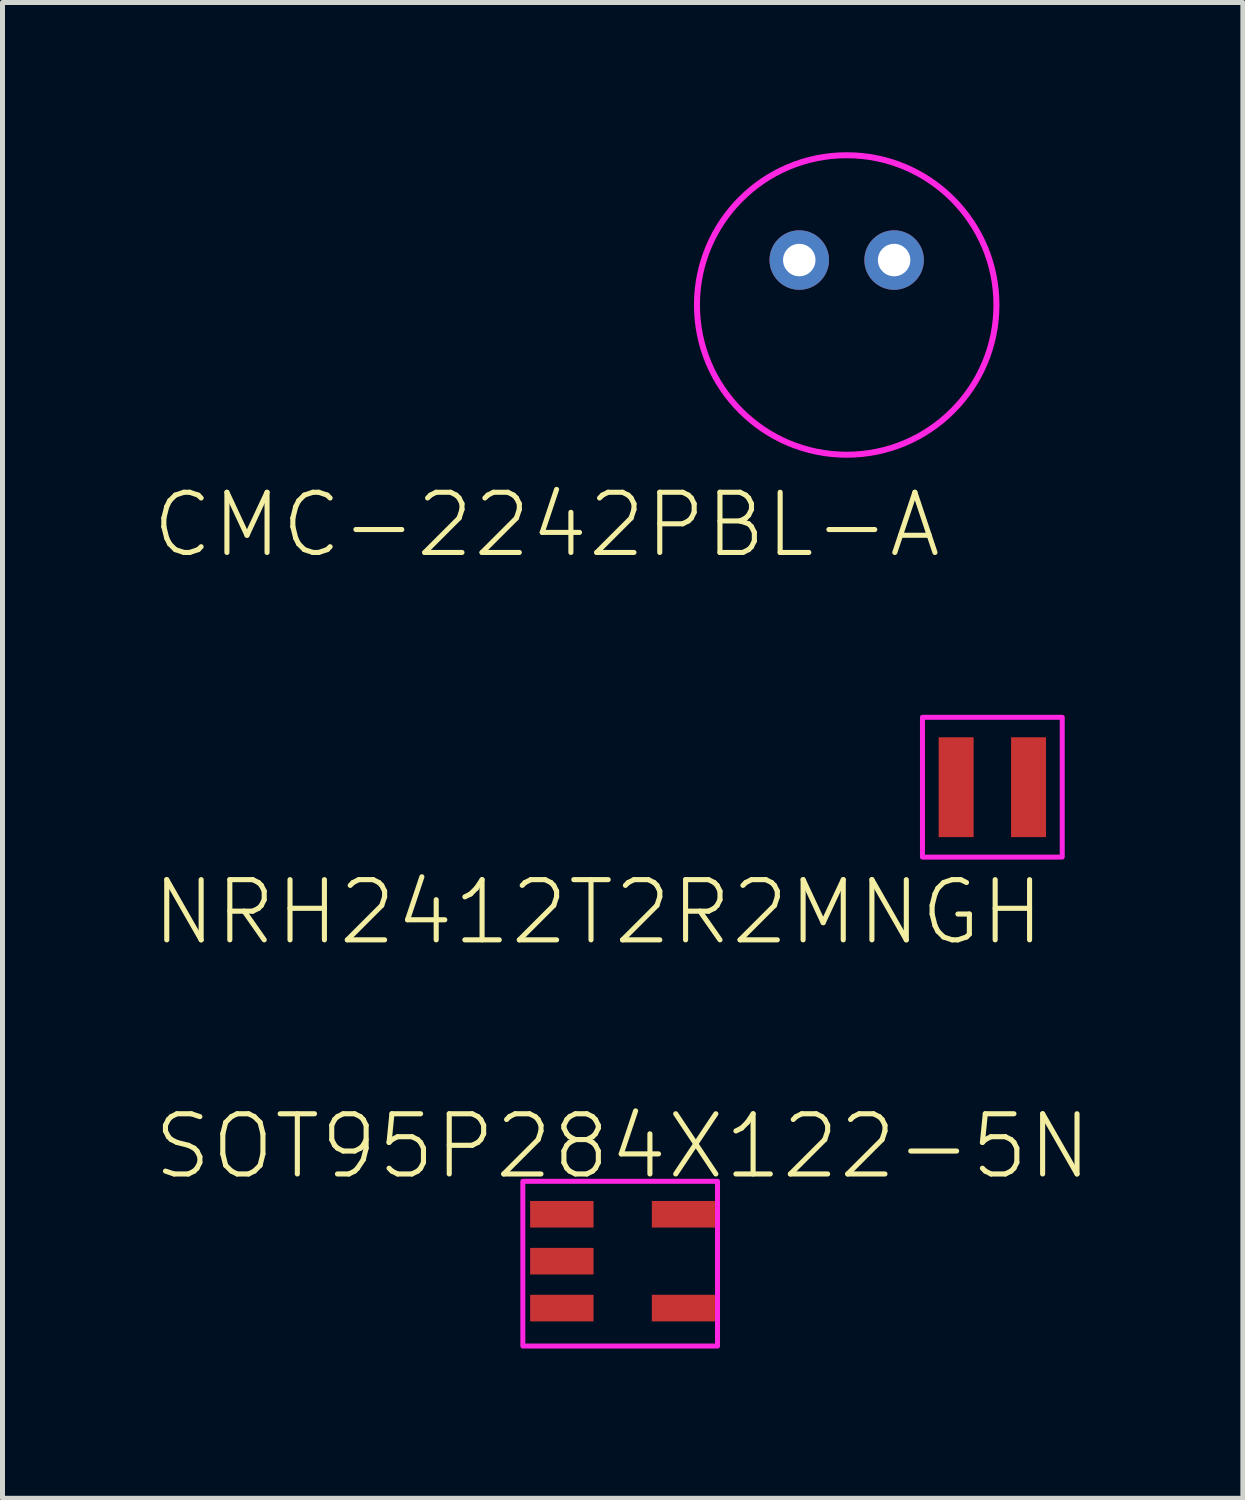
<source format=kicad_pcb>
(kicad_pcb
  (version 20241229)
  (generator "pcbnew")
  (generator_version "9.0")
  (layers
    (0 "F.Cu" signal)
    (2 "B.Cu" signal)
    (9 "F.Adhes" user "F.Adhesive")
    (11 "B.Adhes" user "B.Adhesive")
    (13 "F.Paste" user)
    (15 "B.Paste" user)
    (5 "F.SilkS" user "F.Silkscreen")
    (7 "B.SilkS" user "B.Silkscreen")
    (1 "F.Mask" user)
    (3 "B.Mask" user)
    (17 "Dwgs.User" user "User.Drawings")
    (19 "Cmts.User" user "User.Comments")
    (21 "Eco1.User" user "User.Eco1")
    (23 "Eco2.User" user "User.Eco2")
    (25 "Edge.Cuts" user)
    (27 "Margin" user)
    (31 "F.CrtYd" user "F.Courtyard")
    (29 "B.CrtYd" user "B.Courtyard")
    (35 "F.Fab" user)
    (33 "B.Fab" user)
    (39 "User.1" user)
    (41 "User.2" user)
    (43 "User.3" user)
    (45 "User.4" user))
  (footprint "NRH2412T2R2MNGH"
    (layer "F.Cu")
    (at 16.831 12.721)
    (property "Reference" "NRH2412T2R2MNGH" (at 1.1 1.8 0) (layer "F.SilkS") (effects (font (size 1.206 1.206) (thickness 0.102)) (justify right top)))
    (attr through_hole)
    (fp_poly (pts (xy -1.4 -1.4) (xy 1.4 -1.4) (xy 1.4 1.4) (xy -1.4 1.4)) (stroke (width 0.1) (type solid)) (fill no) (layer "F.CrtYd"))
    (pad "1" smd rect (at -0.725 0 90) (size 2 0.7) (layers "F.Cu" "F.Mask" "F.Paste"))
    (pad "2" smd rect (at 0.725 0 90) (size 2 0.7) (layers "F.Cu" "F.Mask" "F.Paste")))
  (footprint "CMC-2242PBL-A"
    (layer "F.Cu")
    (at 12.963 2.16)
    (property "Reference" "CMC-2242PBL-A" (at 2.9 4.6 0) (layer "F.SilkS") (effects (font (size 1.206 1.206) (thickness 0.102)) (justify right top)))
    (attr through_hole)
    (fp_circle (center 0.95 0.9) (end 3.95 0.9) (stroke (width 0.12) (type solid)) (fill no) (layer "F.CrtYd"))
    (pad "1" thru_hole circle (at 0 0) (size 1.192 1.192) (drill 0.65) (layers "*.Cu" "*.Mask"))
    (pad "2" thru_hole circle (at 1.9 0) (size 1.192 1.192) (drill 0.65) (layers "*.Cu" "*.Mask")))
  (footprint "SOT95P284X122-5N"
    (layer "F.Cu")
    (at 9.425 22.217)
    (property "Reference" "SOT95P284X122-5N" (at 0 -2.3 0) (layer "F.SilkS") (effects (font (size 1.206 1.206) (thickness 0.102))))
    (attr through_hole)
    (fp_poly (pts (xy -2 -1.6) (xy 1.9 -1.6) (xy 1.9 1.7) (xy -2 1.7)) (stroke (width 0.1) (type solid)) (fill no) (layer "F.CrtYd"))
    (pad "1" smd rect (at -1.219 -0.94) (size 1.27 0.533) (layers "F.Cu" "F.Mask" "F.Paste"))
    (pad "2" smd rect (at -1.219 0) (size 1.27 0.533) (layers "F.Cu" "F.Mask" "F.Paste"))
    (pad "3" smd rect (at -1.219 0.94) (size 1.27 0.533) (layers "F.Cu" "F.Mask" "F.Paste"))
    (pad "4" smd rect (at 1.219 0.94) (size 1.27 0.533) (layers "F.Cu" "F.Mask" "F.Paste"))
    (pad "5" smd rect (at 1.219 -0.94) (size 1.27 0.533) (layers "F.Cu" "F.Mask" "F.Paste")))
  (gr_rect
    (start -3 -3)
    (end 21.85 26.967)
    (stroke (width 0.1) (type default))
    (fill no)
    (layer "Edge.Cuts")))
</source>
